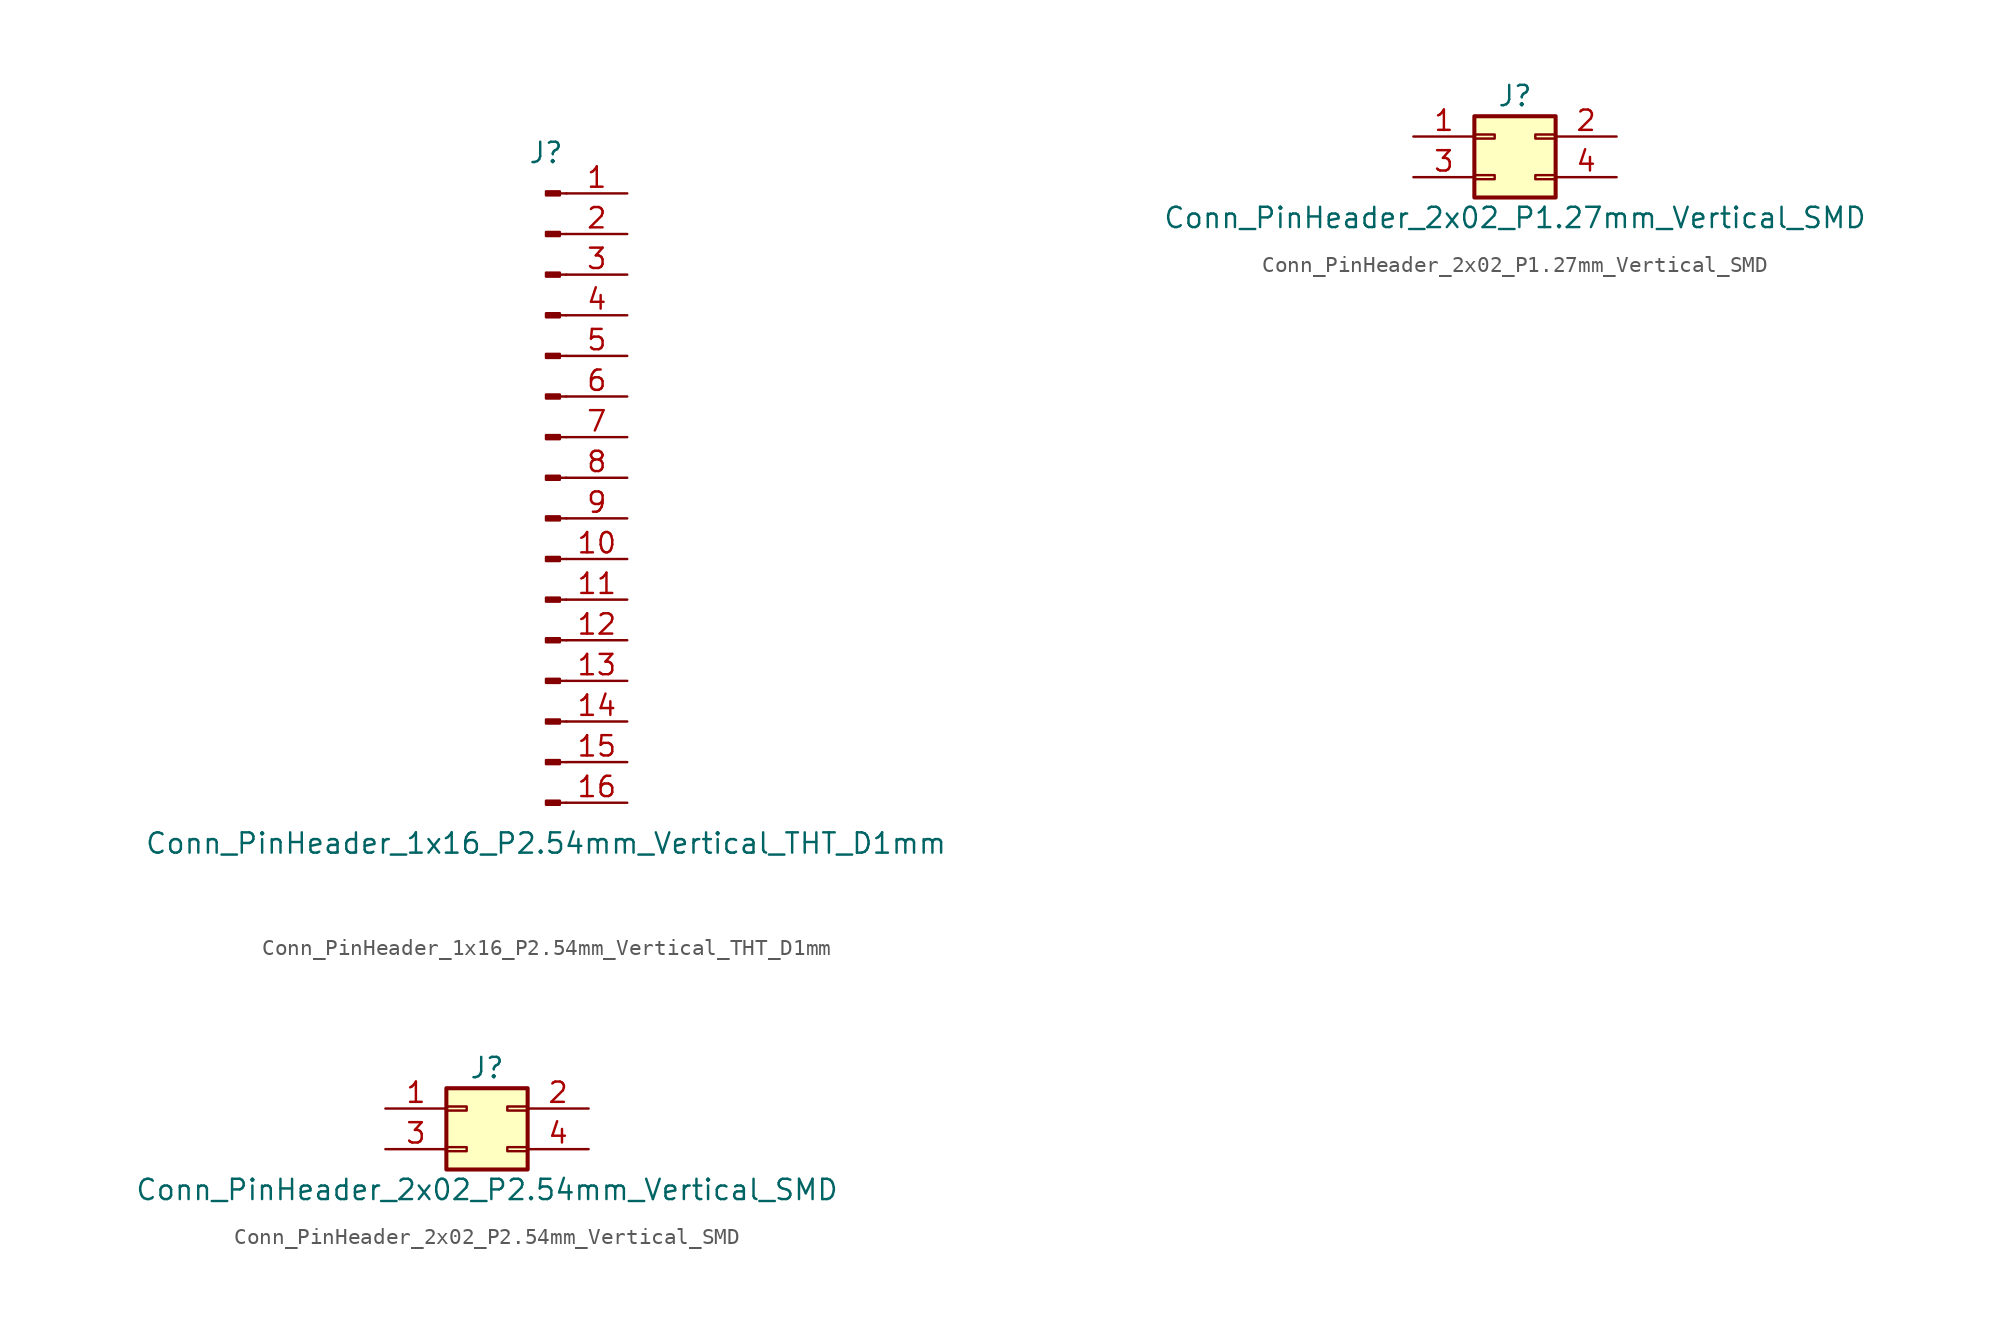
<source format=kicad_sym>
(kicad_symbol_lib
  (version 20211014)
  (generator kicad_symbol_editor)
  (symbol "Conn_PinHeader_1x16_P2.54mm_Vertical_THT_D1mm"
    (pin_names
      (offset 1.016) hide)
    (property "Reference" "J"
      (at 0 20.32 0)
      (effects (font (size 1.27 1.27))))
    (property "Value" "Conn_PinHeader_1x16_P2.54mm_Vertical_THT_D1mm"
      (at 0 -22.86 0)
      (effects (font (size 1.27 1.27))))
    (symbol "Conn_PinHeader_1x16_P2.54mm_Vertical_THT_D1mm_1_1"
      (polyline (pts (xy 1.27 -20.32) (xy 0.864 -20.32)) (stroke (width 0.152) (type default) (color 0 0 0 0)) (fill (type none)))
      (polyline (pts (xy 1.27 -17.78) (xy 0.864 -17.78)) (stroke (width 0.152) (type default) (color 0 0 0 0)) (fill (type none)))
      (polyline (pts (xy 1.27 -15.24) (xy 0.864 -15.24)) (stroke (width 0.152) (type default) (color 0 0 0 0)) (fill (type none)))
      (polyline (pts (xy 1.27 -12.7) (xy 0.864 -12.7)) (stroke (width 0.152) (type default) (color 0 0 0 0)) (fill (type none)))
      (polyline (pts (xy 1.27 -10.16) (xy 0.864 -10.16)) (stroke (width 0.152) (type default) (color 0 0 0 0)) (fill (type none)))
      (polyline (pts (xy 1.27 -7.62) (xy 0.864 -7.62)) (stroke (width 0.152) (type default) (color 0 0 0 0)) (fill (type none)))
      (polyline (pts (xy 1.27 -5.08) (xy 0.864 -5.08)) (stroke (width 0.152) (type default) (color 0 0 0 0)) (fill (type none)))
      (polyline (pts (xy 1.27 -2.54) (xy 0.864 -2.54)) (stroke (width 0.152) (type default) (color 0 0 0 0)) (fill (type none)))
      (polyline (pts (xy 1.27 0) (xy 0.864 0)) (stroke (width 0.152) (type default) (color 0 0 0 0)) (fill (type none)))
      (polyline (pts (xy 1.27 2.54) (xy 0.864 2.54)) (stroke (width 0.152) (type default) (color 0 0 0 0)) (fill (type none)))
      (polyline (pts (xy 1.27 5.08) (xy 0.864 5.08)) (stroke (width 0.152) (type default) (color 0 0 0 0)) (fill (type none)))
      (polyline (pts (xy 1.27 7.62) (xy 0.864 7.62)) (stroke (width 0.152) (type default) (color 0 0 0 0)) (fill (type none)))
      (polyline (pts (xy 1.27 10.16) (xy 0.864 10.16)) (stroke (width 0.152) (type default) (color 0 0 0 0)) (fill (type none)))
      (polyline (pts (xy 1.27 12.7) (xy 0.864 12.7)) (stroke (width 0.152) (type default) (color 0 0 0 0)) (fill (type none)))
      (polyline (pts (xy 1.27 15.24) (xy 0.864 15.24)) (stroke (width 0.152) (type default) (color 0 0 0 0)) (fill (type none)))
      (polyline (pts (xy 1.27 17.78) (xy 0.864 17.78)) (stroke (width 0.152) (type default) (color 0 0 0 0)) (fill (type none)))
      (rectangle (start 0.864 -20.193) (end 0 -20.447) (stroke (width 0.152) (type default) (color 0 0 0 0)) (fill (type outline)))
      (rectangle (start 0.864 -17.653) (end 0 -17.907) (stroke (width 0.152) (type default) (color 0 0 0 0)) (fill (type outline)))
      (rectangle (start 0.864 -15.113) (end 0 -15.367) (stroke (width 0.152) (type default) (color 0 0 0 0)) (fill (type outline)))
      (rectangle (start 0.864 -12.573) (end 0 -12.827) (stroke (width 0.152) (type default) (color 0 0 0 0)) (fill (type outline)))
      (rectangle (start 0.864 -10.033) (end 0 -10.287) (stroke (width 0.152) (type default) (color 0 0 0 0)) (fill (type outline)))
      (rectangle (start 0.864 -7.493) (end 0 -7.747) (stroke (width 0.152) (type default) (color 0 0 0 0)) (fill (type outline)))
      (rectangle (start 0.864 -4.953) (end 0 -5.207) (stroke (width 0.152) (type default) (color 0 0 0 0)) (fill (type outline)))
      (rectangle (start 0.864 -2.413) (end 0 -2.667) (stroke (width 0.152) (type default) (color 0 0 0 0)) (fill (type outline)))
      (rectangle (start 0.864 0.127) (end 0 -0.127) (stroke (width 0.152) (type default) (color 0 0 0 0)) (fill (type outline)))
      (rectangle (start 0.864 2.667) (end 0 2.413) (stroke (width 0.152) (type default) (color 0 0 0 0)) (fill (type outline)))
      (rectangle (start 0.864 5.207) (end 0 4.953) (stroke (width 0.152) (type default) (color 0 0 0 0)) (fill (type outline)))
      (rectangle (start 0.864 7.747) (end 0 7.493) (stroke (width 0.152) (type default) (color 0 0 0 0)) (fill (type outline)))
      (rectangle (start 0.864 10.287) (end 0 10.033) (stroke (width 0.152) (type default) (color 0 0 0 0)) (fill (type outline)))
      (rectangle (start 0.864 12.827) (end 0 12.573) (stroke (width 0.152) (type default) (color 0 0 0 0)) (fill (type outline)))
      (rectangle (start 0.864 15.367) (end 0 15.113) (stroke (width 0.152) (type default) (color 0 0 0 0)) (fill (type outline)))
      (rectangle (start 0.864 17.907) (end 0 17.653) (stroke (width 0.152) (type default) (color 0 0 0 0)) (fill (type outline)))
      (pin passive line (at 5.08 17.78 180) (length 3.81) (name "Pin_1" (effects (font (size 1.27 1.27)))) (number "1" (effects (font (size 1.27 1.27)))))
      (pin passive line (at 5.08 -5.08 180) (length 3.81) (name "Pin_10" (effects (font (size 1.27 1.27)))) (number "10" (effects (font (size 1.27 1.27)))))
      (pin passive line (at 5.08 -7.62 180) (length 3.81) (name "Pin_11" (effects (font (size 1.27 1.27)))) (number "11" (effects (font (size 1.27 1.27)))))
      (pin passive line (at 5.08 -10.16 180) (length 3.81) (name "Pin_12" (effects (font (size 1.27 1.27)))) (number "12" (effects (font (size 1.27 1.27)))))
      (pin passive line (at 5.08 -12.7 180) (length 3.81) (name "Pin_13" (effects (font (size 1.27 1.27)))) (number "13" (effects (font (size 1.27 1.27)))))
      (pin passive line (at 5.08 -15.24 180) (length 3.81) (name "Pin_14" (effects (font (size 1.27 1.27)))) (number "14" (effects (font (size 1.27 1.27)))))
      (pin passive line (at 5.08 -17.78 180) (length 3.81) (name "Pin_15" (effects (font (size 1.27 1.27)))) (number "15" (effects (font (size 1.27 1.27)))))
      (pin passive line (at 5.08 -20.32 180) (length 3.81) (name "Pin_16" (effects (font (size 1.27 1.27)))) (number "16" (effects (font (size 1.27 1.27)))))
      (pin passive line (at 5.08 15.24 180) (length 3.81) (name "Pin_2" (effects (font (size 1.27 1.27)))) (number "2" (effects (font (size 1.27 1.27)))))
      (pin passive line (at 5.08 12.7 180) (length 3.81) (name "Pin_3" (effects (font (size 1.27 1.27)))) (number "3" (effects (font (size 1.27 1.27)))))
      (pin passive line (at 5.08 10.16 180) (length 3.81) (name "Pin_4" (effects (font (size 1.27 1.27)))) (number "4" (effects (font (size 1.27 1.27)))))
      (pin passive line (at 5.08 7.62 180) (length 3.81) (name "Pin_5" (effects (font (size 1.27 1.27)))) (number "5" (effects (font (size 1.27 1.27)))))
      (pin passive line (at 5.08 5.08 180) (length 3.81) (name "Pin_6" (effects (font (size 1.27 1.27)))) (number "6" (effects (font (size 1.27 1.27)))))
      (pin passive line (at 5.08 2.54 180) (length 3.81) (name "Pin_7" (effects (font (size 1.27 1.27)))) (number "7" (effects (font (size 1.27 1.27)))))
      (pin passive line (at 5.08 0 180) (length 3.81) (name "Pin_8" (effects (font (size 1.27 1.27)))) (number "8" (effects (font (size 1.27 1.27)))))
      (pin passive line (at 5.08 -2.54 180) (length 3.81) (name "Pin_9" (effects (font (size 1.27 1.27)))) (number "9" (effects (font (size 1.27 1.27)))))))
  (symbol "Conn_PinHeader_2x02_P1.27mm_Vertical_SMD"
    (pin_names
      (offset 1.016) hide)
    (property "Reference" "J"
      (at 1.27 2.54 0)
      (effects (font (size 1.27 1.27))))
    (property "Value" "Conn_PinHeader_2x02_P1.27mm_Vertical_SMD"
      (at 1.27 -5.08 0)
      (effects (font (size 1.27 1.27))))
    (symbol "Conn_PinHeader_2x02_P1.27mm_Vertical_SMD_1_1"
      (rectangle (start -1.27 -2.413) (end 0 -2.667) (stroke (width 0.152) (type default) (color 0 0 0 0)) (fill (type none)))
      (rectangle (start -1.27 0.127) (end 0 -0.127) (stroke (width 0.152) (type default) (color 0 0 0 0)) (fill (type none)))
      (rectangle (start -1.27 1.27) (end 3.81 -3.81) (stroke (width 0.254) (type default) (color 0 0 0 0)) (fill (type background)))
      (rectangle (start 3.81 -2.413) (end 2.54 -2.667) (stroke (width 0.152) (type default) (color 0 0 0 0)) (fill (type none)))
      (rectangle (start 3.81 0.127) (end 2.54 -0.127) (stroke (width 0.152) (type default) (color 0 0 0 0)) (fill (type none)))
      (pin passive line (at -5.08 0 0) (length 3.81) (name "Pin_1" (effects (font (size 1.27 1.27)))) (number "1" (effects (font (size 1.27 1.27)))))
      (pin passive line (at 7.62 0 180) (length 3.81) (name "Pin_2" (effects (font (size 1.27 1.27)))) (number "2" (effects (font (size 1.27 1.27)))))
      (pin passive line (at -5.08 -2.54 0) (length 3.81) (name "Pin_3" (effects (font (size 1.27 1.27)))) (number "3" (effects (font (size 1.27 1.27)))))
      (pin passive line (at 7.62 -2.54 180) (length 3.81) (name "Pin_4" (effects (font (size 1.27 1.27)))) (number "4" (effects (font (size 1.27 1.27)))))))
  (symbol "Conn_PinHeader_2x02_P2.54mm_Vertical_SMD"
    (pin_names
      (offset 1.016) hide)
    (property "Reference" "J"
      (at 1.27 2.54 0)
      (effects (font (size 1.27 1.27))))
    (property "Value" "Conn_PinHeader_2x02_P2.54mm_Vertical_SMD"
      (at 1.27 -5.08 0)
      (effects (font (size 1.27 1.27))))
    (symbol "Conn_PinHeader_2x02_P2.54mm_Vertical_SMD_1_1"
      (rectangle (start -1.27 -2.413) (end 0 -2.667) (stroke (width 0.152) (type default) (color 0 0 0 0)) (fill (type none)))
      (rectangle (start -1.27 0.127) (end 0 -0.127) (stroke (width 0.152) (type default) (color 0 0 0 0)) (fill (type none)))
      (rectangle (start -1.27 1.27) (end 3.81 -3.81) (stroke (width 0.254) (type default) (color 0 0 0 0)) (fill (type background)))
      (rectangle (start 3.81 -2.413) (end 2.54 -2.667) (stroke (width 0.152) (type default) (color 0 0 0 0)) (fill (type none)))
      (rectangle (start 3.81 0.127) (end 2.54 -0.127) (stroke (width 0.152) (type default) (color 0 0 0 0)) (fill (type none)))
      (pin passive line (at -5.08 0 0) (length 3.81) (name "Pin_1" (effects (font (size 1.27 1.27)))) (number "1" (effects (font (size 1.27 1.27)))))
      (pin passive line (at 7.62 0 180) (length 3.81) (name "Pin_2" (effects (font (size 1.27 1.27)))) (number "2" (effects (font (size 1.27 1.27)))))
      (pin passive line (at -5.08 -2.54 0) (length 3.81) (name "Pin_3" (effects (font (size 1.27 1.27)))) (number "3" (effects (font (size 1.27 1.27)))))
      (pin passive line (at 7.62 -2.54 180) (length 3.81) (name "Pin_4" (effects (font (size 1.27 1.27)))) (number "4" (effects (font (size 1.27 1.27))))))))
</source>
